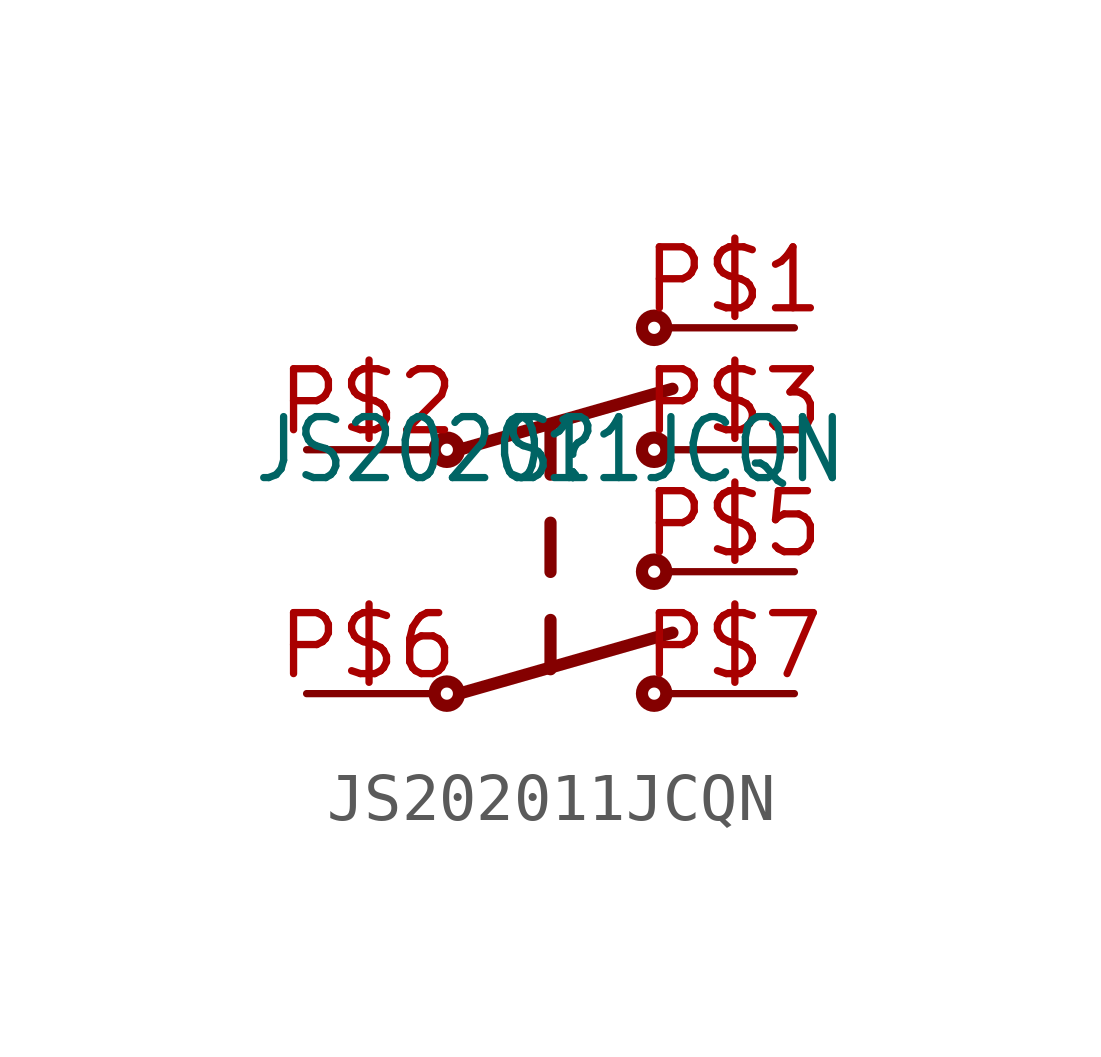
<source format=kicad_sym>
(kicad_symbol_lib
  (version 20211014)
  (generator kicad_symbol_editor)
  (symbol "JS202011JCQN"
    (pin_names
      (offset 1.016) hide)
    (property "Reference" "S"
      (at 0 0 0)
      (effects (font (size 1.27 1.086))))
    (property "Value" "JS202011JCQN"
      (at 0 0 0)
      (effects (font (size 1.27 1.086))))
    (symbol "JS202011JCQN_0_0")
    (symbol "JS202011JCQN_0_1"
      (polyline (pts (xy -1.905 0.0) (xy 2.54 1.27)) (stroke (width 0.254) (type default) (color 0 0 0 0)))
      (polyline (pts (xy -1.905 -5.08) (xy 2.54 -3.81)) (stroke (width 0.254) (type default) (color 0 0 0 0)))
      (polyline (pts (xy 0.0 0.508) (xy 0.0 -0.519)) (stroke (width 0.254) (type default) (color 0 0 0 0)))
      (polyline (pts (xy 0.0 -1.519) (xy 0.0 -2.545)) (stroke (width 0.254) (type default) (color 0 0 0 0)))
      (polyline (pts (xy 0.0 -3.545) (xy 0.0 -4.572)) (stroke (width 0.254) (type default) (color 0 0 0 0)))
      (circle (center -2.159 0) (radius 0.254) (stroke (width 0.254) (type default) (color 0 0 0 0)))
      (circle (center 2.159 2.54) (radius 0.254) (stroke (width 0.254) (type default) (color 0 0 0 0)))
      (circle (center 2.159 0) (radius 0.254) (stroke (width 0.254) (type default) (color 0 0 0 0)))
      (circle (center -2.159 -5.08) (radius 0.254) (stroke (width 0.254) (type default) (color 0 0 0 0)))
      (circle (center 2.159 -2.54) (radius 0.254) (stroke (width 0.254) (type default) (color 0 0 0 0)))
      (circle (center 2.159 -5.08) (radius 0.254) (stroke (width 0.254) (type default) (color 0 0 0 0))))
    (symbol "JS202011JCQN_1_1"
      (pin bidirectional line (at -5.08 0 0) (length 2.54) (name "P$1" (effects (font (size 1.27 1.086)))) (number "P$2" (effects (font (size 1.27 1.086)))))
      (pin bidirectional line (at 5.08 2.54 180) (length 2.54) (name "P$2" (effects (font (size 1.27 1.086)))) (number "P$1" (effects (font (size 1.27 1.086)))))
      (pin bidirectional line (at 5.08 0 180) (length 2.54) (name "P$3" (effects (font (size 1.27 1.086)))) (number "P$3" (effects (font (size 1.27 1.086)))))
      (pin bidirectional line (at -5.08 -5.08 0) (length 2.54) (name "P$4" (effects (font (size 1.27 1.086)))) (number "P$6" (effects (font (size 1.27 1.086)))))
      (pin bidirectional line (at 5.08 -2.54 180) (length 2.54) (name "P$5" (effects (font (size 1.27 1.086)))) (number "P$5" (effects (font (size 1.27 1.086)))))
      (pin bidirectional line (at 5.08 -5.08 180) (length 2.54) (name "P$6" (effects (font (size 1.27 1.086)))) (number "P$7" (effects (font (size 1.27 1.086))))))))
</source>
